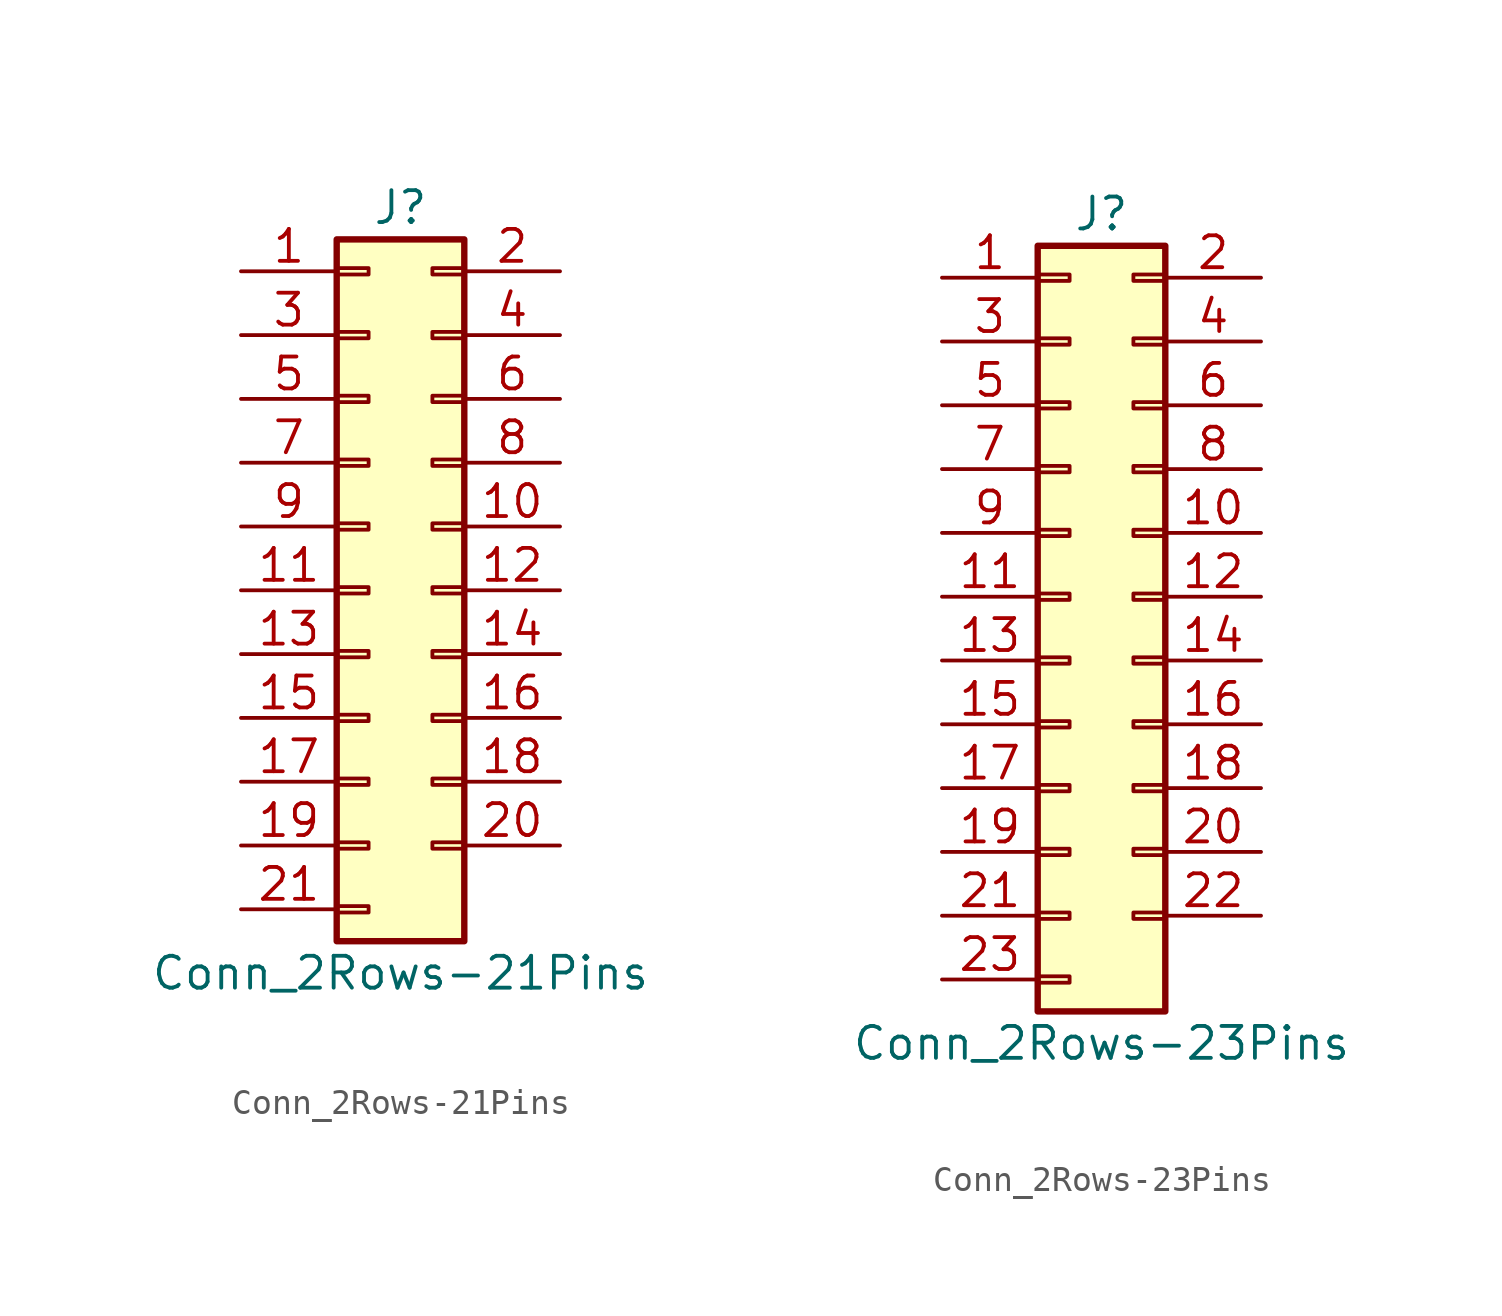
<source format=kicad_sym>
(kicad_symbol_lib
  (version 20201005)
  (generator kicad_symbol_editor)
  (symbol "Connector_Generic:Conn_2Rows-21Pins"
    (pin_names
      (offset 1.016) hide)
    (property "Reference" "J"
      (at 1.27 15.24 0)
      (effects (font (size 1.27 1.27))))
    (property "Value" "Conn_2Rows-21Pins"
      (at 1.27 -15.24 0)
      (effects (font (size 1.27 1.27))))
    (symbol "Conn_2Rows-21Pins_1_1"
      (rectangle (start -1.27 -4.953) (end 0 -5.207) (stroke (width 0.152)) (fill (type none)))
      (rectangle (start -1.27 -7.493) (end 0 -7.747) (stroke (width 0.152)) (fill (type none)))
      (rectangle (start -1.27 -10.033) (end 0 -10.287) (stroke (width 0.152)) (fill (type none)))
      (rectangle (start -1.27 -12.573) (end 0 -12.827) (stroke (width 0.152)) (fill (type none)))
      (rectangle (start -1.27 -2.413) (end 0 -2.667) (stroke (width 0.152)) (fill (type none)))
      (rectangle (start -1.27 2.667) (end 0 2.413) (stroke (width 0.152)) (fill (type none)))
      (rectangle (start -1.27 5.207) (end 0 4.953) (stroke (width 0.152)) (fill (type none)))
      (rectangle (start -1.27 7.747) (end 0 7.493) (stroke (width 0.152)) (fill (type none)))
      (rectangle (start -1.27 10.287) (end 0 10.033) (stroke (width 0.152)) (fill (type none)))
      (rectangle (start -1.27 0.127) (end 0 -0.127) (stroke (width 0.152)) (fill (type none)))
      (rectangle (start -1.27 12.827) (end 0 12.573) (stroke (width 0.152)) (fill (type none)))
      (rectangle (start -1.27 13.97) (end 3.81 -13.97) (stroke (width 0.254)) (fill (type background)))
      (rectangle (start 3.81 -4.953) (end 2.54 -5.207) (stroke (width 0.152)) (fill (type none)))
      (rectangle (start 3.81 -7.493) (end 2.54 -7.747) (stroke (width 0.152)) (fill (type none)))
      (rectangle (start 3.81 -10.033) (end 2.54 -10.287) (stroke (width 0.152)) (fill (type none)))
      (rectangle (start 3.81 -2.413) (end 2.54 -2.667) (stroke (width 0.152)) (fill (type none)))
      (rectangle (start 3.81 2.667) (end 2.54 2.413) (stroke (width 0.152)) (fill (type none)))
      (rectangle (start 3.81 5.207) (end 2.54 4.953) (stroke (width 0.152)) (fill (type none)))
      (rectangle (start 3.81 7.747) (end 2.54 7.493) (stroke (width 0.152)) (fill (type none)))
      (rectangle (start 3.81 10.287) (end 2.54 10.033) (stroke (width 0.152)) (fill (type none)))
      (rectangle (start 3.81 0.127) (end 2.54 -0.127) (stroke (width 0.152)) (fill (type none)))
      (rectangle (start 3.81 12.827) (end 2.54 12.573) (stroke (width 0.152)) (fill (type none)))
      (pin passive line (at -5.08 12.7 0) (length 3.81) (name "Pin_1" (effects (font (size 1.27 1.27)))) (number "1" (effects (font (size 1.27 1.27)))))
      (pin passive line (at 7.62 2.54 180) (length 3.81) (name "Pin_10" (effects (font (size 1.27 1.27)))) (number "10" (effects (font (size 1.27 1.27)))))
      (pin passive line (at -5.08 0 0) (length 3.81) (name "Pin_11" (effects (font (size 1.27 1.27)))) (number "11" (effects (font (size 1.27 1.27)))))
      (pin passive line (at 7.62 0 180) (length 3.81) (name "Pin_12" (effects (font (size 1.27 1.27)))) (number "12" (effects (font (size 1.27 1.27)))))
      (pin passive line (at -5.08 -2.54 0) (length 3.81) (name "Pin_13" (effects (font (size 1.27 1.27)))) (number "13" (effects (font (size 1.27 1.27)))))
      (pin passive line (at 7.62 -2.54 180) (length 3.81) (name "Pin_14" (effects (font (size 1.27 1.27)))) (number "14" (effects (font (size 1.27 1.27)))))
      (pin passive line (at -5.08 -5.08 0) (length 3.81) (name "Pin_15" (effects (font (size 1.27 1.27)))) (number "15" (effects (font (size 1.27 1.27)))))
      (pin passive line (at 7.62 -5.08 180) (length 3.81) (name "Pin_16" (effects (font (size 1.27 1.27)))) (number "16" (effects (font (size 1.27 1.27)))))
      (pin passive line (at -5.08 -7.62 0) (length 3.81) (name "Pin_17" (effects (font (size 1.27 1.27)))) (number "17" (effects (font (size 1.27 1.27)))))
      (pin passive line (at 7.62 -7.62 180) (length 3.81) (name "Pin_18" (effects (font (size 1.27 1.27)))) (number "18" (effects (font (size 1.27 1.27)))))
      (pin passive line (at -5.08 -10.16 0) (length 3.81) (name "Pin_19" (effects (font (size 1.27 1.27)))) (number "19" (effects (font (size 1.27 1.27)))))
      (pin passive line (at 7.62 12.7 180) (length 3.81) (name "Pin_2" (effects (font (size 1.27 1.27)))) (number "2" (effects (font (size 1.27 1.27)))))
      (pin passive line (at 7.62 -10.16 180) (length 3.81) (name "Pin_20" (effects (font (size 1.27 1.27)))) (number "20" (effects (font (size 1.27 1.27)))))
      (pin passive line (at -5.08 -12.7 0) (length 3.81) (name "Pin_21" (effects (font (size 1.27 1.27)))) (number "21" (effects (font (size 1.27 1.27)))))
      (pin passive line (at -5.08 10.16 0) (length 3.81) (name "Pin_3" (effects (font (size 1.27 1.27)))) (number "3" (effects (font (size 1.27 1.27)))))
      (pin passive line (at 7.62 10.16 180) (length 3.81) (name "Pin_4" (effects (font (size 1.27 1.27)))) (number "4" (effects (font (size 1.27 1.27)))))
      (pin passive line (at -5.08 7.62 0) (length 3.81) (name "Pin_5" (effects (font (size 1.27 1.27)))) (number "5" (effects (font (size 1.27 1.27)))))
      (pin passive line (at 7.62 7.62 180) (length 3.81) (name "Pin_6" (effects (font (size 1.27 1.27)))) (number "6" (effects (font (size 1.27 1.27)))))
      (pin passive line (at -5.08 5.08 0) (length 3.81) (name "Pin_7" (effects (font (size 1.27 1.27)))) (number "7" (effects (font (size 1.27 1.27)))))
      (pin passive line (at 7.62 5.08 180) (length 3.81) (name "Pin_8" (effects (font (size 1.27 1.27)))) (number "8" (effects (font (size 1.27 1.27)))))
      (pin passive line (at -5.08 2.54 0) (length 3.81) (name "Pin_9" (effects (font (size 1.27 1.27)))) (number "9" (effects (font (size 1.27 1.27)))))))
  (symbol "Connector_Generic:Conn_2Rows-23Pins"
    (pin_names
      (offset 1.016) hide)
    (property "Reference" "J"
      (at 1.27 15.24 0)
      (effects (font (size 1.27 1.27))))
    (property "Value" "Conn_2Rows-23Pins"
      (at 1.27 -17.78 0)
      (effects (font (size 1.27 1.27))))
    (symbol "Conn_2Rows-23Pins_1_1"
      (rectangle (start -1.27 -4.953) (end 0 -5.207) (stroke (width 0.152)) (fill (type none)))
      (rectangle (start -1.27 -7.493) (end 0 -7.747) (stroke (width 0.152)) (fill (type none)))
      (rectangle (start -1.27 -10.033) (end 0 -10.287) (stroke (width 0.152)) (fill (type none)))
      (rectangle (start -1.27 -12.573) (end 0 -12.827) (stroke (width 0.152)) (fill (type none)))
      (rectangle (start -1.27 -15.113) (end 0 -15.367) (stroke (width 0.152)) (fill (type none)))
      (rectangle (start -1.27 -2.413) (end 0 -2.667) (stroke (width 0.152)) (fill (type none)))
      (rectangle (start -1.27 2.667) (end 0 2.413) (stroke (width 0.152)) (fill (type none)))
      (rectangle (start -1.27 5.207) (end 0 4.953) (stroke (width 0.152)) (fill (type none)))
      (rectangle (start -1.27 7.747) (end 0 7.493) (stroke (width 0.152)) (fill (type none)))
      (rectangle (start -1.27 10.287) (end 0 10.033) (stroke (width 0.152)) (fill (type none)))
      (rectangle (start -1.27 0.127) (end 0 -0.127) (stroke (width 0.152)) (fill (type none)))
      (rectangle (start -1.27 12.827) (end 0 12.573) (stroke (width 0.152)) (fill (type none)))
      (rectangle (start -1.27 13.97) (end 3.81 -16.51) (stroke (width 0.254)) (fill (type background)))
      (rectangle (start 3.81 -4.953) (end 2.54 -5.207) (stroke (width 0.152)) (fill (type none)))
      (rectangle (start 3.81 -7.493) (end 2.54 -7.747) (stroke (width 0.152)) (fill (type none)))
      (rectangle (start 3.81 -10.033) (end 2.54 -10.287) (stroke (width 0.152)) (fill (type none)))
      (rectangle (start 3.81 -12.573) (end 2.54 -12.827) (stroke (width 0.152)) (fill (type none)))
      (rectangle (start 3.81 -2.413) (end 2.54 -2.667) (stroke (width 0.152)) (fill (type none)))
      (rectangle (start 3.81 2.667) (end 2.54 2.413) (stroke (width 0.152)) (fill (type none)))
      (rectangle (start 3.81 5.207) (end 2.54 4.953) (stroke (width 0.152)) (fill (type none)))
      (rectangle (start 3.81 7.747) (end 2.54 7.493) (stroke (width 0.152)) (fill (type none)))
      (rectangle (start 3.81 10.287) (end 2.54 10.033) (stroke (width 0.152)) (fill (type none)))
      (rectangle (start 3.81 0.127) (end 2.54 -0.127) (stroke (width 0.152)) (fill (type none)))
      (rectangle (start 3.81 12.827) (end 2.54 12.573) (stroke (width 0.152)) (fill (type none)))
      (pin passive line (at -5.08 12.7 0) (length 3.81) (name "Pin_1" (effects (font (size 1.27 1.27)))) (number "1" (effects (font (size 1.27 1.27)))))
      (pin passive line (at 7.62 2.54 180) (length 3.81) (name "Pin_10" (effects (font (size 1.27 1.27)))) (number "10" (effects (font (size 1.27 1.27)))))
      (pin passive line (at -5.08 0 0) (length 3.81) (name "Pin_11" (effects (font (size 1.27 1.27)))) (number "11" (effects (font (size 1.27 1.27)))))
      (pin passive line (at 7.62 0 180) (length 3.81) (name "Pin_12" (effects (font (size 1.27 1.27)))) (number "12" (effects (font (size 1.27 1.27)))))
      (pin passive line (at -5.08 -2.54 0) (length 3.81) (name "Pin_13" (effects (font (size 1.27 1.27)))) (number "13" (effects (font (size 1.27 1.27)))))
      (pin passive line (at 7.62 -2.54 180) (length 3.81) (name "Pin_14" (effects (font (size 1.27 1.27)))) (number "14" (effects (font (size 1.27 1.27)))))
      (pin passive line (at -5.08 -5.08 0) (length 3.81) (name "Pin_15" (effects (font (size 1.27 1.27)))) (number "15" (effects (font (size 1.27 1.27)))))
      (pin passive line (at 7.62 -5.08 180) (length 3.81) (name "Pin_16" (effects (font (size 1.27 1.27)))) (number "16" (effects (font (size 1.27 1.27)))))
      (pin passive line (at -5.08 -7.62 0) (length 3.81) (name "Pin_17" (effects (font (size 1.27 1.27)))) (number "17" (effects (font (size 1.27 1.27)))))
      (pin passive line (at 7.62 -7.62 180) (length 3.81) (name "Pin_18" (effects (font (size 1.27 1.27)))) (number "18" (effects (font (size 1.27 1.27)))))
      (pin passive line (at -5.08 -10.16 0) (length 3.81) (name "Pin_19" (effects (font (size 1.27 1.27)))) (number "19" (effects (font (size 1.27 1.27)))))
      (pin passive line (at 7.62 12.7 180) (length 3.81) (name "Pin_2" (effects (font (size 1.27 1.27)))) (number "2" (effects (font (size 1.27 1.27)))))
      (pin passive line (at 7.62 -10.16 180) (length 3.81) (name "Pin_20" (effects (font (size 1.27 1.27)))) (number "20" (effects (font (size 1.27 1.27)))))
      (pin passive line (at -5.08 -12.7 0) (length 3.81) (name "Pin_21" (effects (font (size 1.27 1.27)))) (number "21" (effects (font (size 1.27 1.27)))))
      (pin passive line (at 7.62 -12.7 180) (length 3.81) (name "Pin_22" (effects (font (size 1.27 1.27)))) (number "22" (effects (font (size 1.27 1.27)))))
      (pin passive line (at -5.08 -15.24 0) (length 3.81) (name "Pin_23" (effects (font (size 1.27 1.27)))) (number "23" (effects (font (size 1.27 1.27)))))
      (pin passive line (at -5.08 10.16 0) (length 3.81) (name "Pin_3" (effects (font (size 1.27 1.27)))) (number "3" (effects (font (size 1.27 1.27)))))
      (pin passive line (at 7.62 10.16 180) (length 3.81) (name "Pin_4" (effects (font (size 1.27 1.27)))) (number "4" (effects (font (size 1.27 1.27)))))
      (pin passive line (at -5.08 7.62 0) (length 3.81) (name "Pin_5" (effects (font (size 1.27 1.27)))) (number "5" (effects (font (size 1.27 1.27)))))
      (pin passive line (at 7.62 7.62 180) (length 3.81) (name "Pin_6" (effects (font (size 1.27 1.27)))) (number "6" (effects (font (size 1.27 1.27)))))
      (pin passive line (at -5.08 5.08 0) (length 3.81) (name "Pin_7" (effects (font (size 1.27 1.27)))) (number "7" (effects (font (size 1.27 1.27)))))
      (pin passive line (at 7.62 5.08 180) (length 3.81) (name "Pin_8" (effects (font (size 1.27 1.27)))) (number "8" (effects (font (size 1.27 1.27)))))
      (pin passive line (at -5.08 2.54 0) (length 3.81) (name "Pin_9" (effects (font (size 1.27 1.27)))) (number "9" (effects (font (size 1.27 1.27))))))))
</source>
